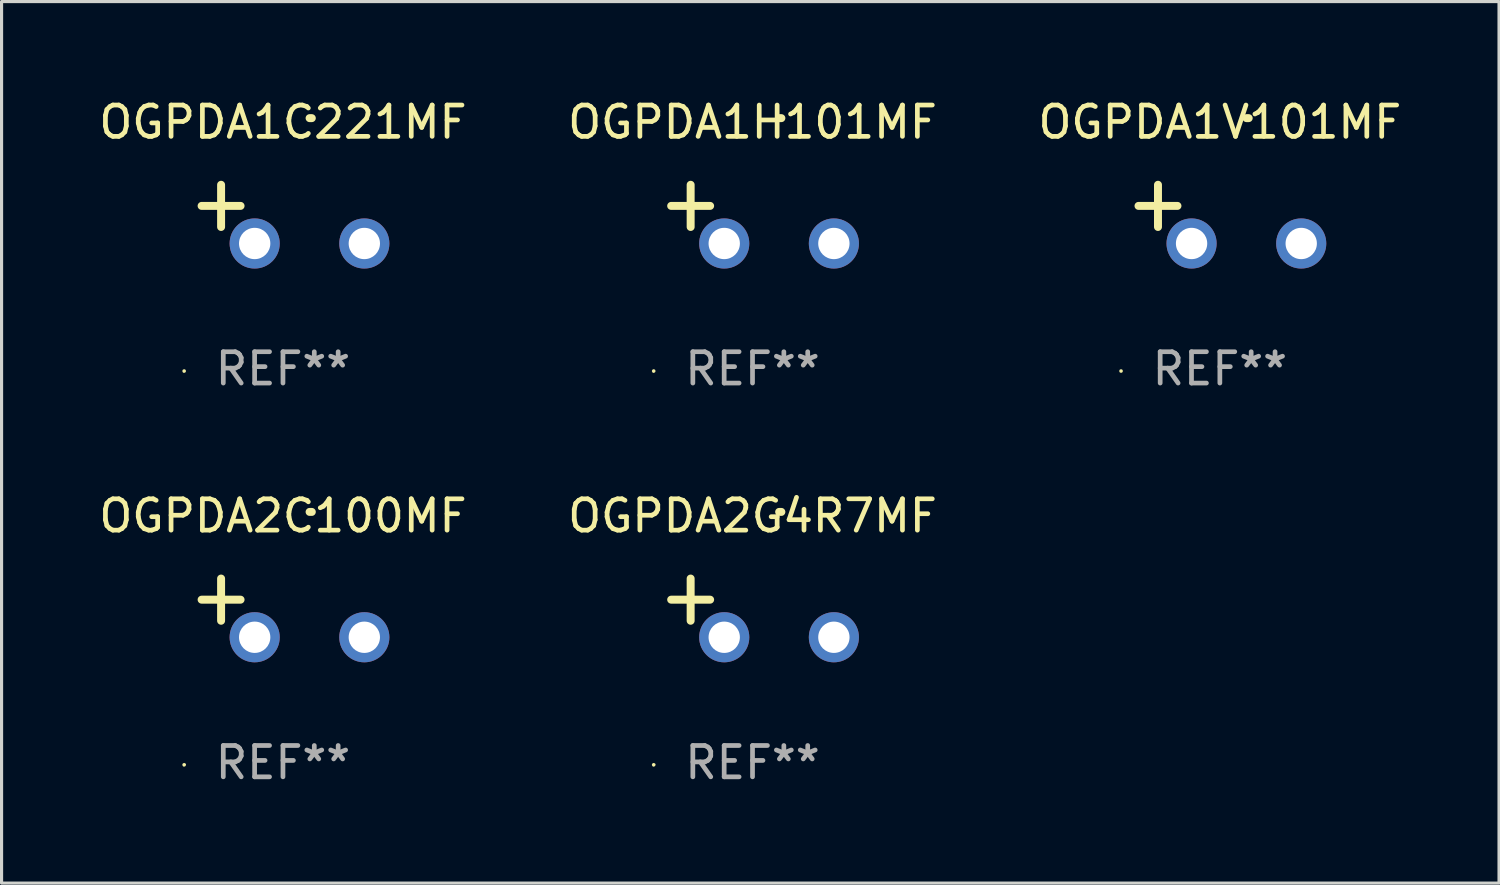
<source format=kicad_pcb>
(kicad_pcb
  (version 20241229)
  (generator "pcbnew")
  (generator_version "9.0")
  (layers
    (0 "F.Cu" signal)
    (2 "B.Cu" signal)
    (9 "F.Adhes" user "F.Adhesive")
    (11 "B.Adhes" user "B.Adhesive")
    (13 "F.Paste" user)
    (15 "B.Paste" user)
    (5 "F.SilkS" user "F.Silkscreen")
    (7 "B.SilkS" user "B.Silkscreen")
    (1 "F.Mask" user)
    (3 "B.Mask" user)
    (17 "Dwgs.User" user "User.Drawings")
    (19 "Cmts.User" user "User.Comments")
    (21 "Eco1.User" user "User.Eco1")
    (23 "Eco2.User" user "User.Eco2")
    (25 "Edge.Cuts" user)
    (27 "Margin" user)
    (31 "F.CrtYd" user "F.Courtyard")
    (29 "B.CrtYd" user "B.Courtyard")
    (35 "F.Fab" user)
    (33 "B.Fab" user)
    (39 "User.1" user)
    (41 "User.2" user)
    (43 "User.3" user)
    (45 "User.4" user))
  (footprint "OGPDA1H101MF"
    (layer "F.Cu")
    (at 20.97 3.785)
    (property "Reference" "OGPDA1H101MF" (at 0 -2.937 0) (layer "F.SilkS") (effects (font (size 1 1) (thickness 0.15))))
    (attr through_hole)
    (fp_line (start -1.975 0.41) (end -1.975 -0.937) (stroke (width 0.254) (type solid)) (layer "F.SilkS"))
    (fp_line (start -1.353 -0.263) (end -2.597 -0.263) (stroke (width 0.254) (type solid)) (layer "F.SilkS"))
    (fp_arc (start 0.849809 -3.063957) (mid 0.885369 -3.064114) (end 0.920929 -3.063957) (stroke (width 0.254001) (type solid)) (layer "F.SilkS"))
    (fp_circle (center -3.154 5.008) (end -3.124 5.008) (stroke (width 0.06) (type solid)) (fill no) (layer "F.SilkS"))
    (fp_text user "REF**" (at 0 4.937 0) (layer "F.Fab") (effects (font (size 1 1) (thickness 0.15))))
    (pad "1" thru_hole circle (at -0.903 0.937) (size 1.6 1.6) (drill 1) (layers "*.Cu" "*.Mask"))
    (pad "2" thru_hole circle (at 2.597 0.937) (size 1.6 1.6) (drill 1) (layers "*.Cu" "*.Mask")))
  (footprint "OGPDA2G4R7MF"
    (layer "F.Cu")
    (at 20.97 16.354)
    (property "Reference" "OGPDA2G4R7MF" (at 0 -2.937 0) (layer "F.SilkS") (effects (font (size 1 1) (thickness 0.15))))
    (attr through_hole)
    (fp_line (start -1.975 0.41) (end -1.975 -0.937) (stroke (width 0.254) (type solid)) (layer "F.SilkS"))
    (fp_line (start -1.353 -0.263) (end -2.597 -0.263) (stroke (width 0.254) (type solid)) (layer "F.SilkS"))
    (fp_arc (start 0.849809 -3.063957) (mid 0.885369 -3.064114) (end 0.920929 -3.063957) (stroke (width 0.254001) (type solid)) (layer "F.SilkS"))
    (fp_circle (center -3.154 5.008) (end -3.124 5.008) (stroke (width 0.06) (type solid)) (fill no) (layer "F.SilkS"))
    (fp_text user "REF**" (at 0 4.937 0) (layer "F.Fab") (effects (font (size 1 1) (thickness 0.15))))
    (pad "1" thru_hole circle (at -0.903 0.937) (size 1.6 1.6) (drill 1) (layers "*.Cu" "*.Mask"))
    (pad "2" thru_hole circle (at 2.597 0.937) (size 1.6 1.6) (drill 1) (layers "*.Cu" "*.Mask")))
  (footprint "OGPDA2C100MF"
    (layer "F.Cu")
    (at 5.982 16.354)
    (property "Reference" "OGPDA2C100MF" (at 0 -2.937 0) (layer "F.SilkS") (effects (font (size 1 1) (thickness 0.15))))
    (attr through_hole)
    (fp_line (start -1.975 0.41) (end -1.975 -0.937) (stroke (width 0.254) (type solid)) (layer "F.SilkS"))
    (fp_line (start -1.353 -0.263) (end -2.597 -0.263) (stroke (width 0.254) (type solid)) (layer "F.SilkS"))
    (fp_arc (start 0.849809 -3.063957) (mid 0.885369 -3.064114) (end 0.920929 -3.063957) (stroke (width 0.254001) (type solid)) (layer "F.SilkS"))
    (fp_circle (center -3.154 5.008) (end -3.124 5.008) (stroke (width 0.06) (type solid)) (fill no) (layer "F.SilkS"))
    (fp_text user "REF**" (at 0 4.937 0) (layer "F.Fab") (effects (font (size 1 1) (thickness 0.15))))
    (pad "1" thru_hole circle (at -0.903 0.937) (size 1.6 1.6) (drill 1) (layers "*.Cu" "*.Mask"))
    (pad "2" thru_hole circle (at 2.597 0.937) (size 1.6 1.6) (drill 1) (layers "*.Cu" "*.Mask")))
  (footprint "OGPDA1V101MF"
    (layer "F.Cu")
    (at 35.887 3.785)
    (property "Reference" "OGPDA1V101MF" (at 0 -2.937 0) (layer "F.SilkS") (effects (font (size 1 1) (thickness 0.15))))
    (attr through_hole)
    (fp_line (start -1.975 0.41) (end -1.975 -0.937) (stroke (width 0.254) (type solid)) (layer "F.SilkS"))
    (fp_line (start -1.353 -0.263) (end -2.597 -0.263) (stroke (width 0.254) (type solid)) (layer "F.SilkS"))
    (fp_arc (start 0.849809 -3.063957) (mid 0.885369 -3.064114) (end 0.920929 -3.063957) (stroke (width 0.254001) (type solid)) (layer "F.SilkS"))
    (fp_circle (center -3.154 5.008) (end -3.124 5.008) (stroke (width 0.06) (type solid)) (fill no) (layer "F.SilkS"))
    (fp_text user "REF**" (at 0 4.937 0) (layer "F.Fab") (effects (font (size 1 1) (thickness 0.15))))
    (pad "1" thru_hole circle (at -0.903 0.937) (size 1.6 1.6) (drill 1) (layers "*.Cu" "*.Mask"))
    (pad "2" thru_hole circle (at 2.597 0.937) (size 1.6 1.6) (drill 1) (layers "*.Cu" "*.Mask")))
  (footprint "OGPDA1C221MF"
    (layer "F.Cu")
    (at 5.982 3.785)
    (property "Reference" "OGPDA1C221MF" (at 0 -2.937 0) (layer "F.SilkS") (effects (font (size 1 1) (thickness 0.15))))
    (attr through_hole)
    (fp_line (start -1.975 0.41) (end -1.975 -0.937) (stroke (width 0.254) (type solid)) (layer "F.SilkS"))
    (fp_line (start -1.353 -0.263) (end -2.597 -0.263) (stroke (width 0.254) (type solid)) (layer "F.SilkS"))
    (fp_arc (start 0.849809 -3.063957) (mid 0.885369 -3.064114) (end 0.920929 -3.063957) (stroke (width 0.254001) (type solid)) (layer "F.SilkS"))
    (fp_circle (center -3.154 5.008) (end -3.124 5.008) (stroke (width 0.06) (type solid)) (fill no) (layer "F.SilkS"))
    (fp_text user "REF**" (at 0 4.937 0) (layer "F.Fab") (effects (font (size 1 1) (thickness 0.15))))
    (pad "1" thru_hole circle (at -0.903 0.937) (size 1.6 1.6) (drill 1) (layers "*.Cu" "*.Mask"))
    (pad "2" thru_hole circle (at 2.597 0.937) (size 1.6 1.6) (drill 1) (layers "*.Cu" "*.Mask")))
  (gr_rect
    (start -3 -3)
    (end 44.798 25.139)
    (stroke (width 0.1) (type default))
    (fill no)
    (layer "Edge.Cuts")))
</source>
